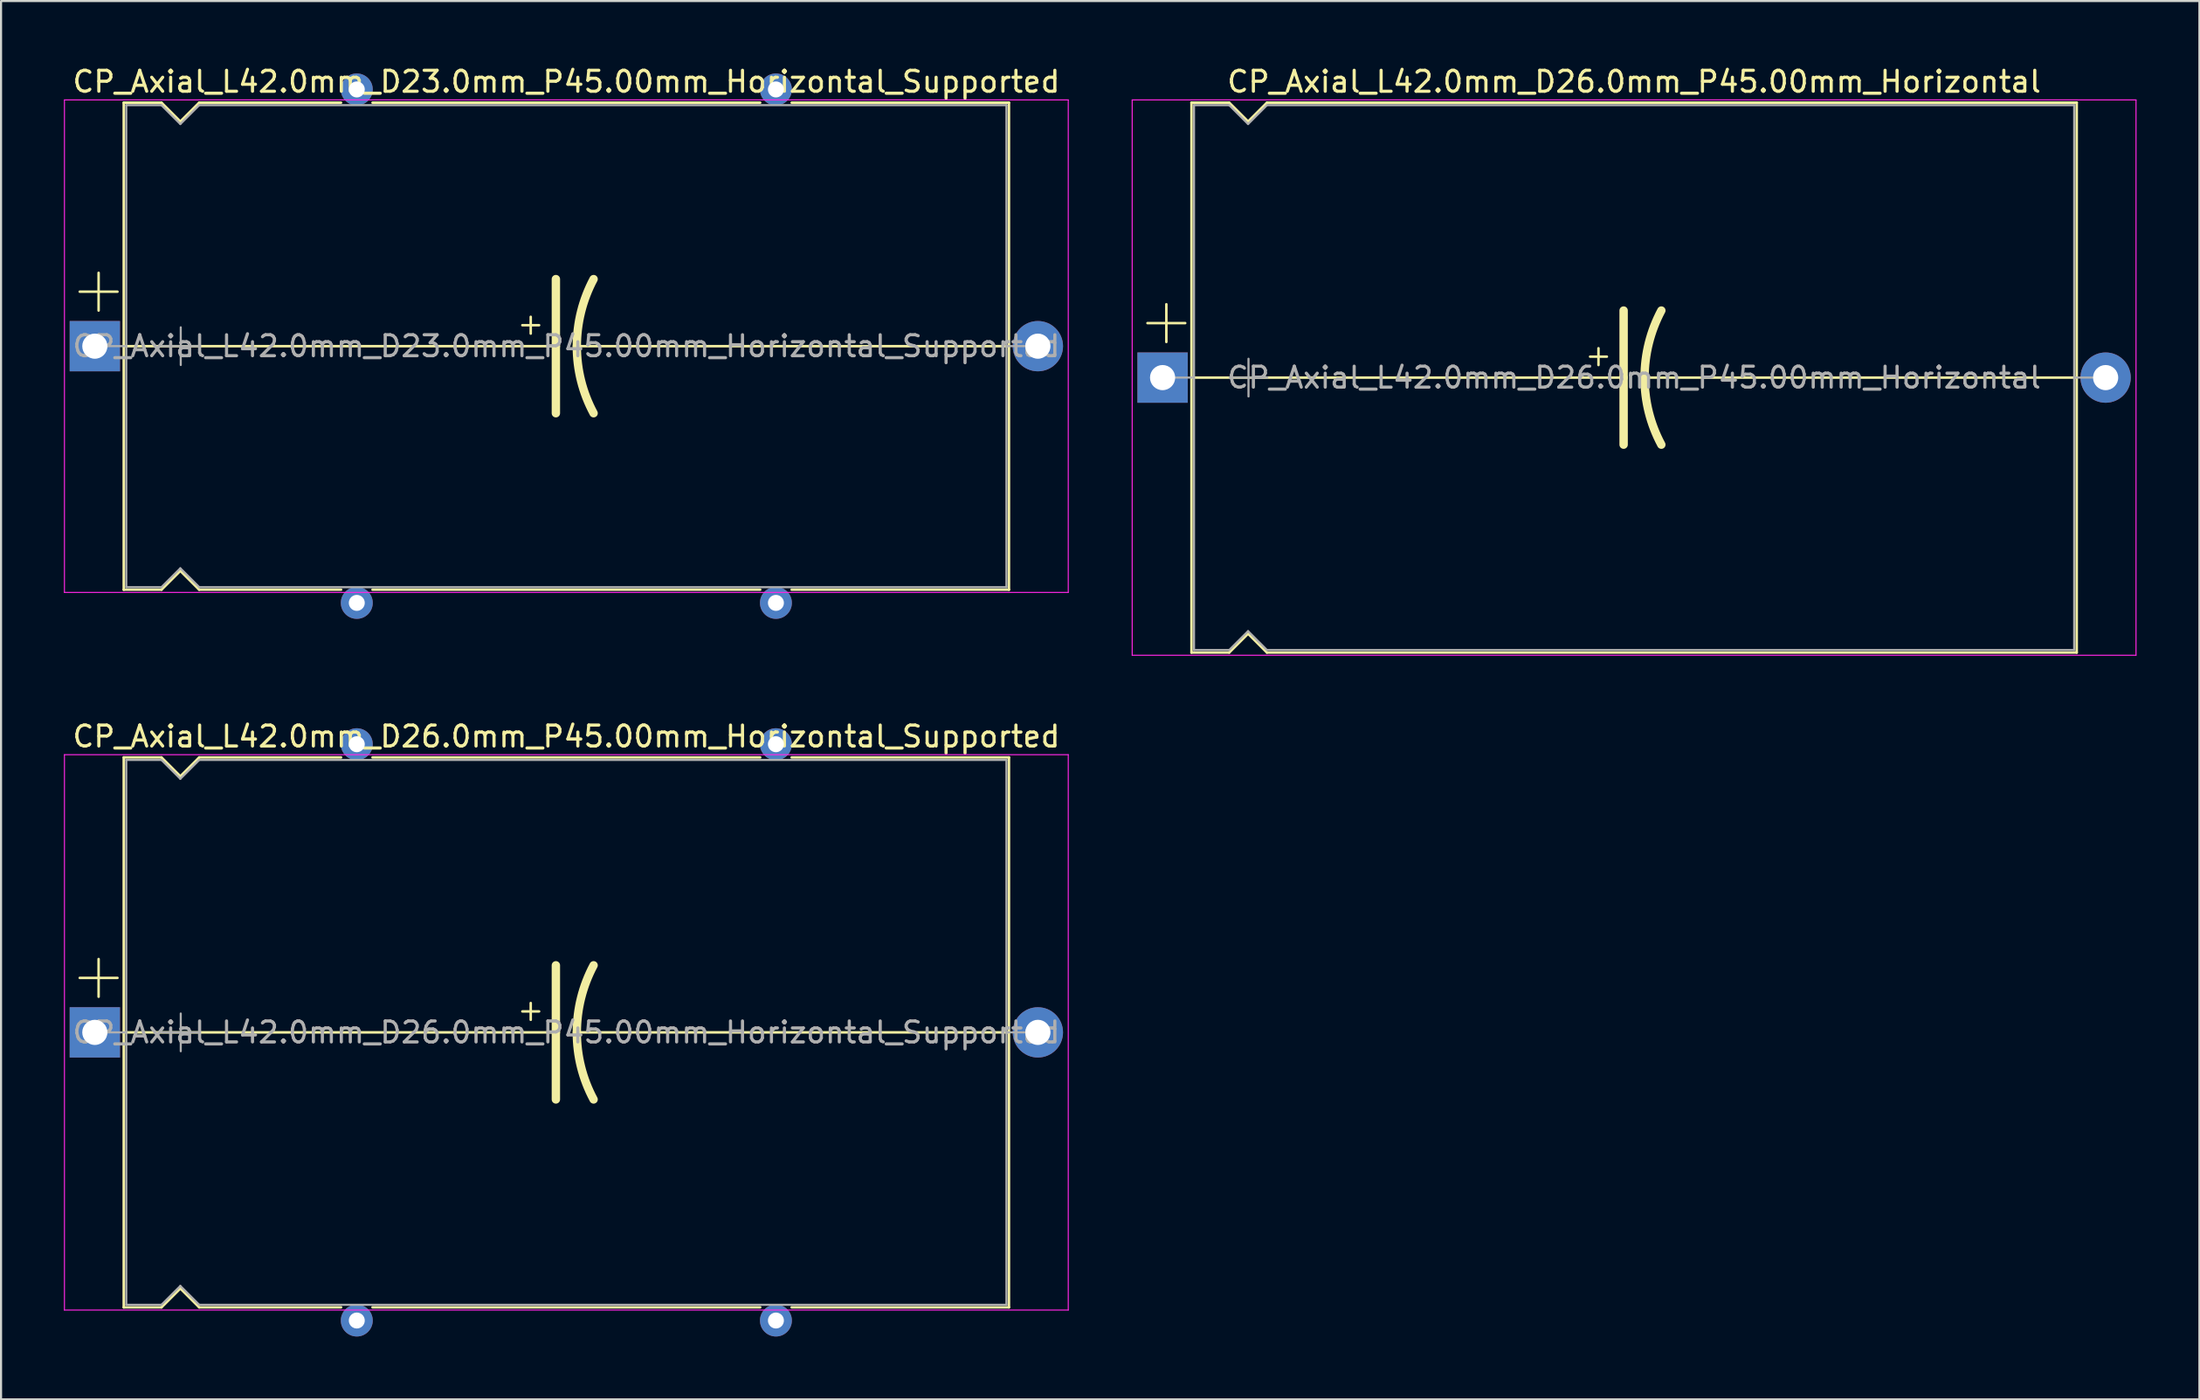
<source format=kicad_pcb>
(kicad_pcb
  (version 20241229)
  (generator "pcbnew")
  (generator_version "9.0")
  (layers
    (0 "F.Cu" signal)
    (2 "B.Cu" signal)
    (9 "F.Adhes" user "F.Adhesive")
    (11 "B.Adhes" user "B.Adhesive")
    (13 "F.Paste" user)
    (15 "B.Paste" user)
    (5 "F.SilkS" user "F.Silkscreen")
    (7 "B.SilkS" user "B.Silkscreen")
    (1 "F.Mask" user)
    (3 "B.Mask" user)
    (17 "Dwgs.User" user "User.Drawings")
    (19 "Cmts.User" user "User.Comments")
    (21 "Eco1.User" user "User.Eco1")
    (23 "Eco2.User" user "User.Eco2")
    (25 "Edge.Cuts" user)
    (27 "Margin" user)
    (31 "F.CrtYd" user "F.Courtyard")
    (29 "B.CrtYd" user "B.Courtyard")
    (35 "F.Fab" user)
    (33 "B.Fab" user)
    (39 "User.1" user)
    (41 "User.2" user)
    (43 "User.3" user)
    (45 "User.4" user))
  (footprint "CP_Axial_L42.0mm_D26.0mm_P45.00mm_Horizontal"
    (layer "F.Cu")
    (at 52.425 14.968)
    (property "Reference" "CP_Axial_L42.0mm_D26.0mm_P45.00mm_Horizontal" (at 22.5 -14.12 0) (layer "F.SilkS") (effects (font (size 1 1) (thickness 0.15))))
    (attr through_hole)
    (fp_line (start -0.72 -2.6) (end 1.08 -2.6) (stroke (width 0.12) (type solid)) (layer "F.SilkS"))
    (fp_line (start 0.18 -3.5) (end 0.18 -1.7) (stroke (width 0.12) (type solid)) (layer "F.SilkS"))
    (fp_line (start 1.38 -13.12) (end 1.38 13.12) (stroke (width 0.12) (type solid)) (layer "F.SilkS"))
    (fp_line (start 1.38 -13.12) (end 3.18 -13.12) (stroke (width 0.12) (type solid)) (layer "F.SilkS"))
    (fp_line (start 1.38 0) (end 22 0) (stroke (width 0.12) (type solid)) (layer "F.SilkS"))
    (fp_line (start 1.38 13.12) (end 3.18 13.12) (stroke (width 0.12) (type solid)) (layer "F.SilkS"))
    (fp_line (start 3.18 -13.12) (end 4.08 -12.22) (stroke (width 0.12) (type solid)) (layer "F.SilkS"))
    (fp_line (start 3.18 13.12) (end 4.08 12.22) (stroke (width 0.12) (type solid)) (layer "F.SilkS"))
    (fp_line (start 4.08 -12.22) (end 4.98 -13.12) (stroke (width 0.12) (type solid)) (layer "F.SilkS"))
    (fp_line (start 4.08 12.22) (end 4.98 13.12) (stroke (width 0.12) (type solid)) (layer "F.SilkS"))
    (fp_line (start 4.98 -13.12) (end 43.62 -13.12) (stroke (width 0.12) (type solid)) (layer "F.SilkS"))
    (fp_line (start 4.98 13.12) (end 43.62 13.12) (stroke (width 0.12) (type solid)) (layer "F.SilkS"))
    (fp_line (start 20.4 -1) (end 21.2 -1) (stroke (width 0.12) (type solid)) (layer "F.SilkS"))
    (fp_line (start 20.8 -1.4) (end 20.8 -0.6) (stroke (width 0.12) (type solid)) (layer "F.SilkS"))
    (fp_line (start 22 0) (end 22 -3.2) (stroke (width 0.4) (type solid)) (layer "F.SilkS"))
    (fp_line (start 22 0) (end 22 3.2) (stroke (width 0.4) (type solid)) (layer "F.SilkS"))
    (fp_line (start 43.62 -13.12) (end 43.62 13.12) (stroke (width 0.12) (type solid)) (layer "F.SilkS"))
    (fp_line (start 43.62 0) (end 23 0) (stroke (width 0.12) (type solid)) (layer "F.SilkS"))
    (fp_arc (start 23 0) (mid 23.203545 -1.649114) (end 23.8 -3.2) (stroke (width 0.4) (type solid)) (layer "F.SilkS"))
    (fp_arc (start 23.8 3.2) (mid 23.200709 1.649823) (end 23 0) (stroke (width 0.4) (type solid)) (layer "F.SilkS"))
    (fp_line (start -1.45 -13.25) (end -1.45 13.25) (stroke (width 0.05) (type solid)) (layer "F.CrtYd"))
    (fp_line (start -1.45 13.25) (end 46.45 13.25) (stroke (width 0.05) (type solid)) (layer "F.CrtYd"))
    (fp_line (start 46.45 -13.25) (end -1.45 -13.25) (stroke (width 0.05) (type solid)) (layer "F.CrtYd"))
    (fp_line (start 46.45 13.25) (end 46.45 -13.25) (stroke (width 0.05) (type solid)) (layer "F.CrtYd"))
    (fp_line (start 0 0) (end 1.5 0) (stroke (width 0.1) (type solid)) (layer "F.Fab"))
    (fp_line (start 1.5 -13) (end 1.5 13) (stroke (width 0.1) (type solid)) (layer "F.Fab"))
    (fp_line (start 1.5 -13) (end 3.18 -13) (stroke (width 0.1) (type solid)) (layer "F.Fab"))
    (fp_line (start 1.5 13) (end 3.18 13) (stroke (width 0.1) (type solid)) (layer "F.Fab"))
    (fp_line (start 3.18 -13) (end 4.08 -12.1) (stroke (width 0.1) (type solid)) (layer "F.Fab"))
    (fp_line (start 3.18 13) (end 4.08 12.1) (stroke (width 0.1) (type solid)) (layer "F.Fab"))
    (fp_line (start 3.2 0) (end 5 0) (stroke (width 0.1) (type solid)) (layer "F.Fab"))
    (fp_line (start 4.08 -12.1) (end 4.98 -13) (stroke (width 0.1) (type solid)) (layer "F.Fab"))
    (fp_line (start 4.08 12.1) (end 4.98 13) (stroke (width 0.1) (type solid)) (layer "F.Fab"))
    (fp_line (start 4.1 -0.9) (end 4.1 0.9) (stroke (width 0.1) (type solid)) (layer "F.Fab"))
    (fp_line (start 4.98 -13) (end 43.5 -13) (stroke (width 0.1) (type solid)) (layer "F.Fab"))
    (fp_line (start 4.98 13) (end 43.5 13) (stroke (width 0.1) (type solid)) (layer "F.Fab"))
    (fp_line (start 43.5 -13) (end 43.5 13) (stroke (width 0.1) (type solid)) (layer "F.Fab"))
    (fp_line (start 45 0) (end 43.5 0) (stroke (width 0.1) (type solid)) (layer "F.Fab"))
    (fp_text user "${REFERENCE}" (at 22.5 0 0) (layer "F.Fab") (effects (font (size 1 1) (thickness 0.15))))
    (pad "1" thru_hole rect (at 0 0) (size 2.4 2.4) (drill 1.2) (layers "*.Cu" "*.Mask"))
    (pad "2" thru_hole oval (at 45 0) (size 2.4 2.4) (drill 1.2) (layers "*.Cu" "*.Mask")))
  (footprint "CP_Axial_L42.0mm_D26.0mm_P45.00mm_Horizontal_Supported"
    (layer "F.Cu")
    (at 1.475 46.212)
    (property "Reference" "CP_Axial_L42.0mm_D26.0mm_P45.00mm_Horizontal_Supported" (at 22.5 -14.12 0) (layer "F.SilkS") (effects (font (size 1 1) (thickness 0.15))))
    (attr through_hole)
    (fp_line (start -0.72 -2.6) (end 1.08 -2.6) (stroke (width 0.12) (type solid)) (layer "F.SilkS"))
    (fp_line (start 0.18 -3.5) (end 0.18 -1.7) (stroke (width 0.12) (type solid)) (layer "F.SilkS"))
    (fp_line (start 1.38 -13.12) (end 1.38 13.12) (stroke (width 0.12) (type solid)) (layer "F.SilkS"))
    (fp_line (start 1.38 -13.12) (end 3.18 -13.12) (stroke (width 0.12) (type solid)) (layer "F.SilkS"))
    (fp_line (start 1.38 0) (end 22 0) (stroke (width 0.12) (type solid)) (layer "F.SilkS"))
    (fp_line (start 1.38 13.12) (end 3.18 13.12) (stroke (width 0.12) (type solid)) (layer "F.SilkS"))
    (fp_line (start 3.18 -13.12) (end 4.08 -12.22) (stroke (width 0.12) (type solid)) (layer "F.SilkS"))
    (fp_line (start 3.18 13.12) (end 4.08 12.22) (stroke (width 0.12) (type solid)) (layer "F.SilkS"))
    (fp_line (start 4.08 -12.22) (end 4.98 -13.12) (stroke (width 0.12) (type solid)) (layer "F.SilkS"))
    (fp_line (start 4.08 12.22) (end 4.98 13.12) (stroke (width 0.12) (type solid)) (layer "F.SilkS"))
    (fp_line (start 4.98 -13.12) (end 11.75 -13.12) (stroke (width 0.12) (type solid)) (layer "F.SilkS"))
    (fp_line (start 4.98 13.12) (end 11.75 13.12) (stroke (width 0.12) (type solid)) (layer "F.SilkS"))
    (fp_line (start 13.25 -13.12) (end 31.75 -13.12) (stroke (width 0.12) (type solid)) (layer "F.SilkS"))
    (fp_line (start 13.25 13.12) (end 31.75 13.12) (stroke (width 0.12) (type solid)) (layer "F.SilkS"))
    (fp_line (start 20.4 -1) (end 21.2 -1) (stroke (width 0.12) (type solid)) (layer "F.SilkS"))
    (fp_line (start 20.8 -1.4) (end 20.8 -0.6) (stroke (width 0.12) (type solid)) (layer "F.SilkS"))
    (fp_line (start 22 0) (end 22 -3.2) (stroke (width 0.4) (type solid)) (layer "F.SilkS"))
    (fp_line (start 22 0) (end 22 3.2) (stroke (width 0.4) (type solid)) (layer "F.SilkS"))
    (fp_line (start 33.25 -13.12) (end 43.62 -13.12) (stroke (width 0.12) (type solid)) (layer "F.SilkS"))
    (fp_line (start 33.25 13.12) (end 43.62 13.12) (stroke (width 0.12) (type solid)) (layer "F.SilkS"))
    (fp_line (start 43.62 -13.12) (end 43.62 13.12) (stroke (width 0.12) (type solid)) (layer "F.SilkS"))
    (fp_line (start 43.62 0) (end 23 0) (stroke (width 0.12) (type solid)) (layer "F.SilkS"))
    (fp_arc (start 23 0) (mid 23.203545 -1.649114) (end 23.8 -3.2) (stroke (width 0.4) (type solid)) (layer "F.SilkS"))
    (fp_arc (start 23.8 3.2) (mid 23.200709 1.649823) (end 23 0) (stroke (width 0.4) (type solid)) (layer "F.SilkS"))
    (fp_line (start -1.45 -13.25) (end -1.45 13.25) (stroke (width 0.05) (type solid)) (layer "F.CrtYd"))
    (fp_line (start -1.45 13.25) (end 46.45 13.25) (stroke (width 0.05) (type solid)) (layer "F.CrtYd"))
    (fp_line (start 46.45 -13.25) (end -1.45 -13.25) (stroke (width 0.05) (type solid)) (layer "F.CrtYd"))
    (fp_line (start 46.45 13.25) (end 46.45 -13.25) (stroke (width 0.05) (type solid)) (layer "F.CrtYd"))
    (fp_line (start 0 0) (end 1.5 0) (stroke (width 0.1) (type solid)) (layer "F.Fab"))
    (fp_line (start 1.5 -13) (end 1.5 13) (stroke (width 0.1) (type solid)) (layer "F.Fab"))
    (fp_line (start 1.5 -13) (end 3.18 -13) (stroke (width 0.1) (type solid)) (layer "F.Fab"))
    (fp_line (start 1.5 13) (end 3.18 13) (stroke (width 0.1) (type solid)) (layer "F.Fab"))
    (fp_line (start 3.18 -13) (end 4.08 -12.1) (stroke (width 0.1) (type solid)) (layer "F.Fab"))
    (fp_line (start 3.18 13) (end 4.08 12.1) (stroke (width 0.1) (type solid)) (layer "F.Fab"))
    (fp_line (start 3.2 0) (end 5 0) (stroke (width 0.1) (type solid)) (layer "F.Fab"))
    (fp_line (start 4.08 -12.1) (end 4.98 -13) (stroke (width 0.1) (type solid)) (layer "F.Fab"))
    (fp_line (start 4.08 12.1) (end 4.98 13) (stroke (width 0.1) (type solid)) (layer "F.Fab"))
    (fp_line (start 4.1 -0.9) (end 4.1 0.9) (stroke (width 0.1) (type solid)) (layer "F.Fab"))
    (fp_line (start 4.98 -13) (end 43.5 -13) (stroke (width 0.1) (type solid)) (layer "F.Fab"))
    (fp_line (start 4.98 13) (end 43.5 13) (stroke (width 0.1) (type solid)) (layer "F.Fab"))
    (fp_line (start 43.5 -13) (end 43.5 13) (stroke (width 0.1) (type solid)) (layer "F.Fab"))
    (fp_line (start 45 0) (end 43.5 0) (stroke (width 0.1) (type solid)) (layer "F.Fab"))
    (fp_text user "${REFERENCE}" (at 22.5 0 0) (layer "F.Fab") (effects (font (size 1 1) (thickness 0.15))))
    (pad "" thru_hole circle (at 12.5 -13.75) (size 1.524 1.524) (drill 0.762) (layers "*.Cu" "*.Mask"))
    (pad "" thru_hole circle (at 12.5 13.75) (size 1.524 1.524) (drill 0.762) (layers "*.Cu" "*.Mask"))
    (pad "" thru_hole circle (at 32.5 -13.75) (size 1.524 1.524) (drill 0.762) (layers "*.Cu" "*.Mask"))
    (pad "" thru_hole circle (at 32.5 13.75) (size 1.524 1.524) (drill 0.762) (layers "*.Cu" "*.Mask"))
    (pad "1" thru_hole rect (at 0 0) (size 2.4 2.4) (drill 1.2) (layers "*.Cu" "*.Mask"))
    (pad "2" thru_hole oval (at 45 0) (size 2.4 2.4) (drill 1.2) (layers "*.Cu" "*.Mask")))
  (footprint "CP_Axial_L42.0mm_D23.0mm_P45.00mm_Horizontal_Supported"
    (layer "F.Cu")
    (at 1.475 13.468)
    (property "Reference" "CP_Axial_L42.0mm_D23.0mm_P45.00mm_Horizontal_Supported" (at 22.5 -12.62 0) (layer "F.SilkS") (effects (font (size 1 1) (thickness 0.15))))
    (attr through_hole)
    (fp_line (start -0.72 -2.6) (end 1.08 -2.6) (stroke (width 0.12) (type solid)) (layer "F.SilkS"))
    (fp_line (start 0.18 -3.5) (end 0.18 -1.7) (stroke (width 0.12) (type solid)) (layer "F.SilkS"))
    (fp_line (start 1.38 -11.62) (end 1.38 11.62) (stroke (width 0.12) (type solid)) (layer "F.SilkS"))
    (fp_line (start 1.38 -11.62) (end 3.18 -11.62) (stroke (width 0.12) (type solid)) (layer "F.SilkS"))
    (fp_line (start 1.38 0) (end 22 0) (stroke (width 0.12) (type solid)) (layer "F.SilkS"))
    (fp_line (start 1.38 11.62) (end 3.18 11.62) (stroke (width 0.12) (type solid)) (layer "F.SilkS"))
    (fp_line (start 3.18 -11.62) (end 4.08 -10.72) (stroke (width 0.12) (type solid)) (layer "F.SilkS"))
    (fp_line (start 3.18 11.62) (end 4.08 10.72) (stroke (width 0.12) (type solid)) (layer "F.SilkS"))
    (fp_line (start 4.08 -10.72) (end 4.98 -11.62) (stroke (width 0.12) (type solid)) (layer "F.SilkS"))
    (fp_line (start 4.08 10.72) (end 4.98 11.62) (stroke (width 0.12) (type solid)) (layer "F.SilkS"))
    (fp_line (start 4.98 -11.62) (end 11.75 -11.62) (stroke (width 0.12) (type solid)) (layer "F.SilkS"))
    (fp_line (start 4.98 11.62) (end 11.75 11.62) (stroke (width 0.12) (type solid)) (layer "F.SilkS"))
    (fp_line (start 13.25 -11.62) (end 31.75 -11.62) (stroke (width 0.12) (type solid)) (layer "F.SilkS"))
    (fp_line (start 13.25 11.62) (end 31.75 11.62) (stroke (width 0.12) (type solid)) (layer "F.SilkS"))
    (fp_line (start 20.4 -1) (end 21.2 -1) (stroke (width 0.12) (type solid)) (layer "F.SilkS"))
    (fp_line (start 20.8 -1.4) (end 20.8 -0.6) (stroke (width 0.12) (type solid)) (layer "F.SilkS"))
    (fp_line (start 22 0) (end 22 -3.2) (stroke (width 0.4) (type solid)) (layer "F.SilkS"))
    (fp_line (start 22 0) (end 22 3.2) (stroke (width 0.4) (type solid)) (layer "F.SilkS"))
    (fp_line (start 33.25 -11.62) (end 43.62 -11.62) (stroke (width 0.12) (type solid)) (layer "F.SilkS"))
    (fp_line (start 33.25 11.62) (end 43.62 11.62) (stroke (width 0.12) (type solid)) (layer "F.SilkS"))
    (fp_line (start 43.62 -11.62) (end 43.62 11.62) (stroke (width 0.12) (type solid)) (layer "F.SilkS"))
    (fp_line (start 43.62 0) (end 23 0) (stroke (width 0.12) (type solid)) (layer "F.SilkS"))
    (fp_arc (start 23 0) (mid 23.203545 -1.649114) (end 23.8 -3.2) (stroke (width 0.4) (type solid)) (layer "F.SilkS"))
    (fp_arc (start 23.8 3.2) (mid 23.200709 1.649823) (end 23 0) (stroke (width 0.4) (type solid)) (layer "F.SilkS"))
    (fp_line (start -1.45 -11.75) (end -1.45 11.75) (stroke (width 0.05) (type solid)) (layer "F.CrtYd"))
    (fp_line (start -1.45 11.75) (end 46.45 11.75) (stroke (width 0.05) (type solid)) (layer "F.CrtYd"))
    (fp_line (start 46.45 -11.75) (end -1.45 -11.75) (stroke (width 0.05) (type solid)) (layer "F.CrtYd"))
    (fp_line (start 46.45 11.75) (end 46.45 -11.75) (stroke (width 0.05) (type solid)) (layer "F.CrtYd"))
    (fp_line (start 0 0) (end 1.5 0) (stroke (width 0.1) (type solid)) (layer "F.Fab"))
    (fp_line (start 1.5 -11.5) (end 1.5 11.5) (stroke (width 0.1) (type solid)) (layer "F.Fab"))
    (fp_line (start 1.5 -11.5) (end 3.18 -11.5) (stroke (width 0.1) (type solid)) (layer "F.Fab"))
    (fp_line (start 1.5 11.5) (end 3.18 11.5) (stroke (width 0.1) (type solid)) (layer "F.Fab"))
    (fp_line (start 3.18 -11.5) (end 4.08 -10.6) (stroke (width 0.1) (type solid)) (layer "F.Fab"))
    (fp_line (start 3.18 11.5) (end 4.08 10.6) (stroke (width 0.1) (type solid)) (layer "F.Fab"))
    (fp_line (start 3.2 0) (end 5 0) (stroke (width 0.1) (type solid)) (layer "F.Fab"))
    (fp_line (start 4.08 -10.6) (end 4.98 -11.5) (stroke (width 0.1) (type solid)) (layer "F.Fab"))
    (fp_line (start 4.08 10.6) (end 4.98 11.5) (stroke (width 0.1) (type solid)) (layer "F.Fab"))
    (fp_line (start 4.1 -0.9) (end 4.1 0.9) (stroke (width 0.1) (type solid)) (layer "F.Fab"))
    (fp_line (start 4.98 -11.5) (end 43.5 -11.5) (stroke (width 0.1) (type solid)) (layer "F.Fab"))
    (fp_line (start 4.98 11.5) (end 43.5 11.5) (stroke (width 0.1) (type solid)) (layer "F.Fab"))
    (fp_line (start 43.5 -11.5) (end 43.5 11.5) (stroke (width 0.1) (type solid)) (layer "F.Fab"))
    (fp_line (start 45 0) (end 43.5 0) (stroke (width 0.1) (type solid)) (layer "F.Fab"))
    (fp_text user "${REFERENCE}" (at 22.5 0 0) (layer "F.Fab") (effects (font (size 1 1) (thickness 0.15))))
    (pad "" thru_hole circle (at 12.5 -12.25) (size 1.524 1.524) (drill 0.762) (layers "*.Cu" "*.Mask"))
    (pad "" thru_hole circle (at 12.5 12.25) (size 1.524 1.524) (drill 0.762) (layers "*.Cu" "*.Mask"))
    (pad "" thru_hole circle (at 32.5 -12.25) (size 1.524 1.524) (drill 0.762) (layers "*.Cu" "*.Mask"))
    (pad "" thru_hole circle (at 32.5 12.25) (size 1.524 1.524) (drill 0.762) (layers "*.Cu" "*.Mask"))
    (pad "1" thru_hole rect (at 0 0) (size 2.4 2.4) (drill 1.2) (layers "*.Cu" "*.Mask"))
    (pad "2" thru_hole oval (at 45 0) (size 2.4 2.4) (drill 1.2) (layers "*.Cu" "*.Mask")))
  (gr_rect
    (start -3 -3)
    (end 101.9 63.724)
    (stroke (width 0.1) (type default))
    (fill no)
    (layer "Edge.Cuts")))
</source>
